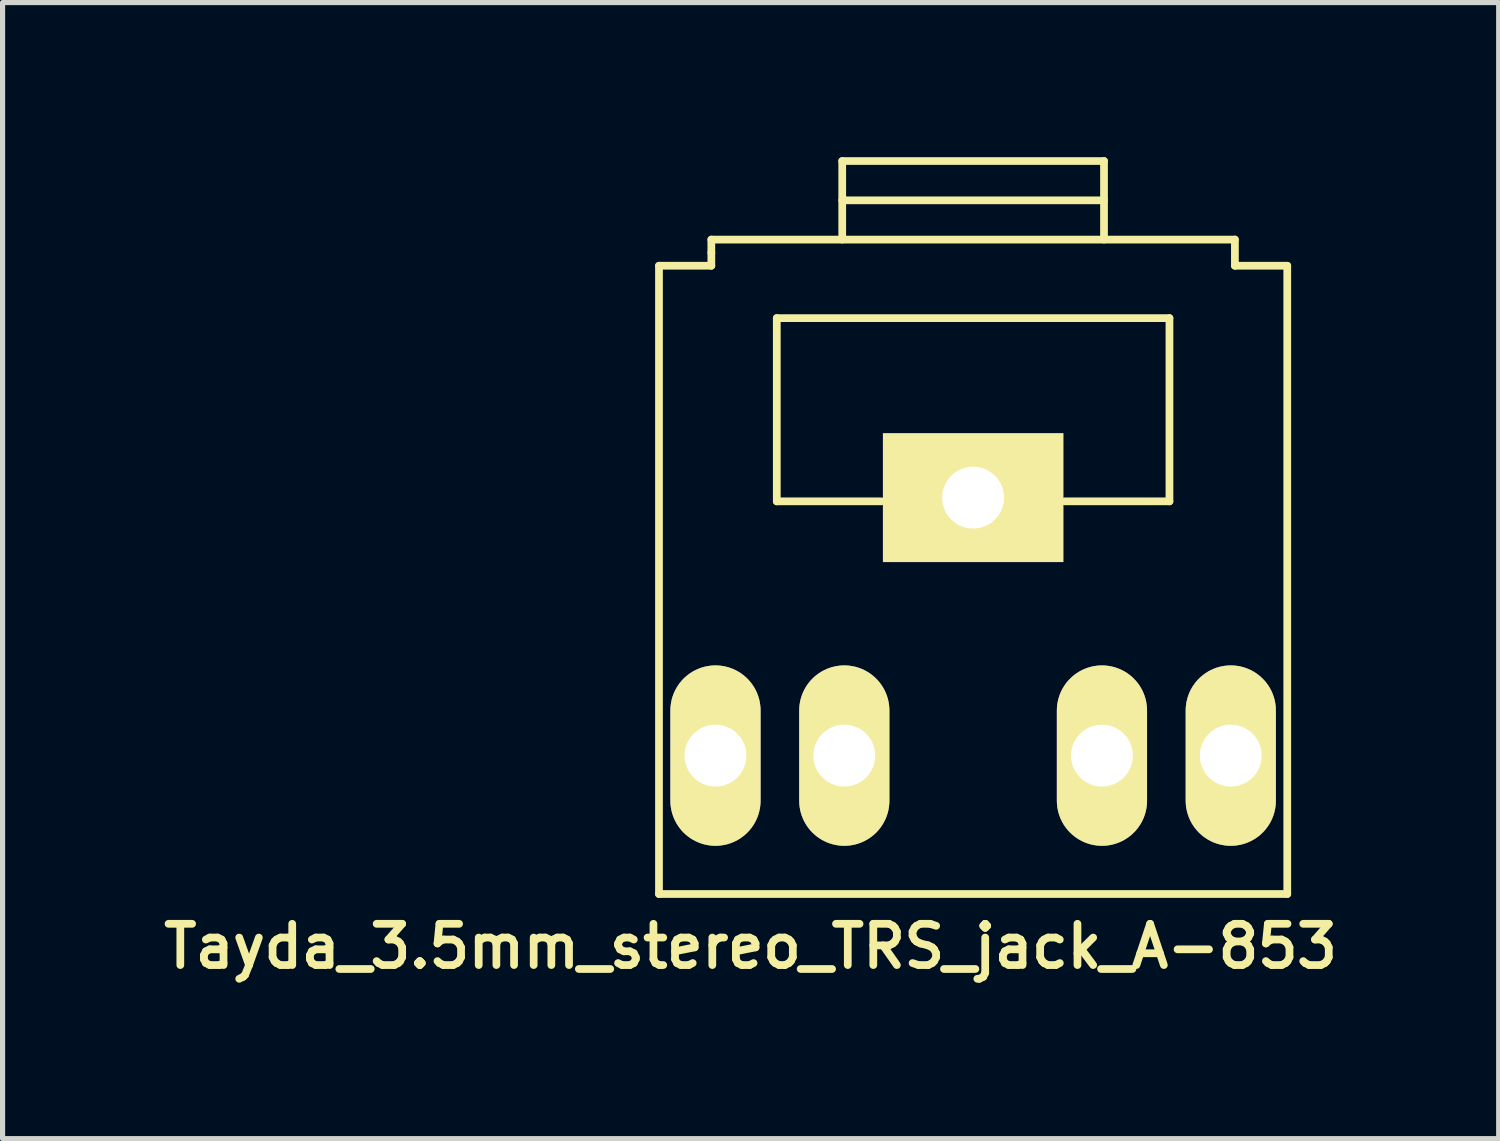
<source format=kicad_pcb>
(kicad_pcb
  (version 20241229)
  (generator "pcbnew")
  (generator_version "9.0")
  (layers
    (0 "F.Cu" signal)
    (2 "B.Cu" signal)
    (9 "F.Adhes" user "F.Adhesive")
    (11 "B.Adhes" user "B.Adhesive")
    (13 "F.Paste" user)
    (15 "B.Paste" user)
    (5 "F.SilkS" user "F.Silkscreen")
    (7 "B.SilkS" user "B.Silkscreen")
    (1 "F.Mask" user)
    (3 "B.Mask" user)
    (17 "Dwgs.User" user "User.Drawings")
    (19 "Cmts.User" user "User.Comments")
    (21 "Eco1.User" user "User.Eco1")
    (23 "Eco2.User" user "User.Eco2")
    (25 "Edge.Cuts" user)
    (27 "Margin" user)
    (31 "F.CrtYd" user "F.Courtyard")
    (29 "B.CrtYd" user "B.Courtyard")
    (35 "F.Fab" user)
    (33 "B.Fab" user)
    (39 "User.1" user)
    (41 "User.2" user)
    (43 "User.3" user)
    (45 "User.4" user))
  (footprint "Tayda_3.5mm_stereo_TRS_jack_A-853"
    (layer "F.Cu")
    (at 15.834 8.203)
    (property "Reference" "Tayda_3.5mm_stereo_TRS_jack_A-853" (at -4.318 7.112 0) (layer "F.SilkS") (effects (font (size 0.8 0.8) (thickness 0.15))))
    (attr through_hole)
    (fp_line (start -6.096 6.096) (end -6.096 -6.096) (stroke (width 0.15) (type solid)) (layer "F.SilkS"))
    (fp_line (start -5.08 -6.604) (end 5.08 -6.604) (stroke (width 0.15) (type solid)) (layer "F.SilkS"))
    (fp_line (start -5.08 -6.35) (end -5.08 -6.604) (stroke (width 0.15) (type solid)) (layer "F.SilkS"))
    (fp_line (start -5.08 -6.096) (end -6.096 -6.096) (stroke (width 0.15) (type solid)) (layer "F.SilkS"))
    (fp_line (start -5.08 -6.096) (end -5.08 -6.35) (stroke (width 0.15) (type solid)) (layer "F.SilkS"))
    (fp_line (start -3.81 -5.08) (end 3.81 -5.08) (stroke (width 0.15) (type solid)) (layer "F.SilkS"))
    (fp_line (start -3.81 -1.524) (end -3.81 -5.08) (stroke (width 0.15) (type solid)) (layer "F.SilkS"))
    (fp_line (start -2.54 -8.128) (end -2.54 -6.604) (stroke (width 0.15) (type solid)) (layer "F.SilkS"))
    (fp_line (start -2.54 -8.128) (end 2.54 -8.128) (stroke (width 0.15) (type solid)) (layer "F.SilkS"))
    (fp_line (start -2.54 -7.366) (end 2.54 -7.366) (stroke (width 0.15) (type solid)) (layer "F.SilkS"))
    (fp_line (start -1.778 -1.524) (end -3.81 -1.524) (stroke (width 0.15) (type solid)) (layer "F.SilkS"))
    (fp_line (start 2.54 -6.604) (end 2.54 -8.128) (stroke (width 0.15) (type solid)) (layer "F.SilkS"))
    (fp_line (start 3.81 -5.08) (end 3.81 -1.524) (stroke (width 0.15) (type solid)) (layer "F.SilkS"))
    (fp_line (start 3.81 -1.524) (end 1.778 -1.524) (stroke (width 0.15) (type solid)) (layer "F.SilkS"))
    (fp_line (start 5.08 -6.604) (end 5.08 -6.096) (stroke (width 0.15) (type solid)) (layer "F.SilkS"))
    (fp_line (start 6.096 -6.096) (end 5.08 -6.096) (stroke (width 0.15) (type solid)) (layer "F.SilkS"))
    (fp_line (start 6.096 -6.096) (end 6.096 6.096) (stroke (width 0.15) (type solid)) (layer "F.SilkS"))
    (fp_line (start 6.096 6.096) (end -6.096 6.096) (stroke (width 0.15) (type solid)) (layer "F.SilkS"))
    (pad "R" thru_hole oval (at 5 3.41) (size 1.75 3.5) (drill 1.2) (layers "*.Cu" "*.Mask" "F.SilkS"))
    (pad "RD" thru_hole oval (at 2.5 3.41) (size 1.75 3.5) (drill 1.2) (layers "*.Cu" "*.Mask" "F.SilkS"))
    (pad "S" thru_hole rect (at 0 -1.596) (size 3.5 2.5) (drill 1.2) (layers "*.Cu" "*.Mask" "F.SilkS"))
    (pad "T" thru_hole oval (at -5 3.41) (size 1.75 3.5) (drill 1.2) (layers "*.Cu" "*.Mask" "F.SilkS"))
    (pad "TD" thru_hole oval (at -2.5 3.41) (size 1.75 3.5) (drill 1.2) (layers "*.Cu" "*.Mask" "F.SilkS")))
  (gr_rect
    (start -3 -3)
    (end 26.033 19.046)
    (stroke (width 0.1) (type default))
    (fill no)
    (layer "Edge.Cuts")))
</source>
